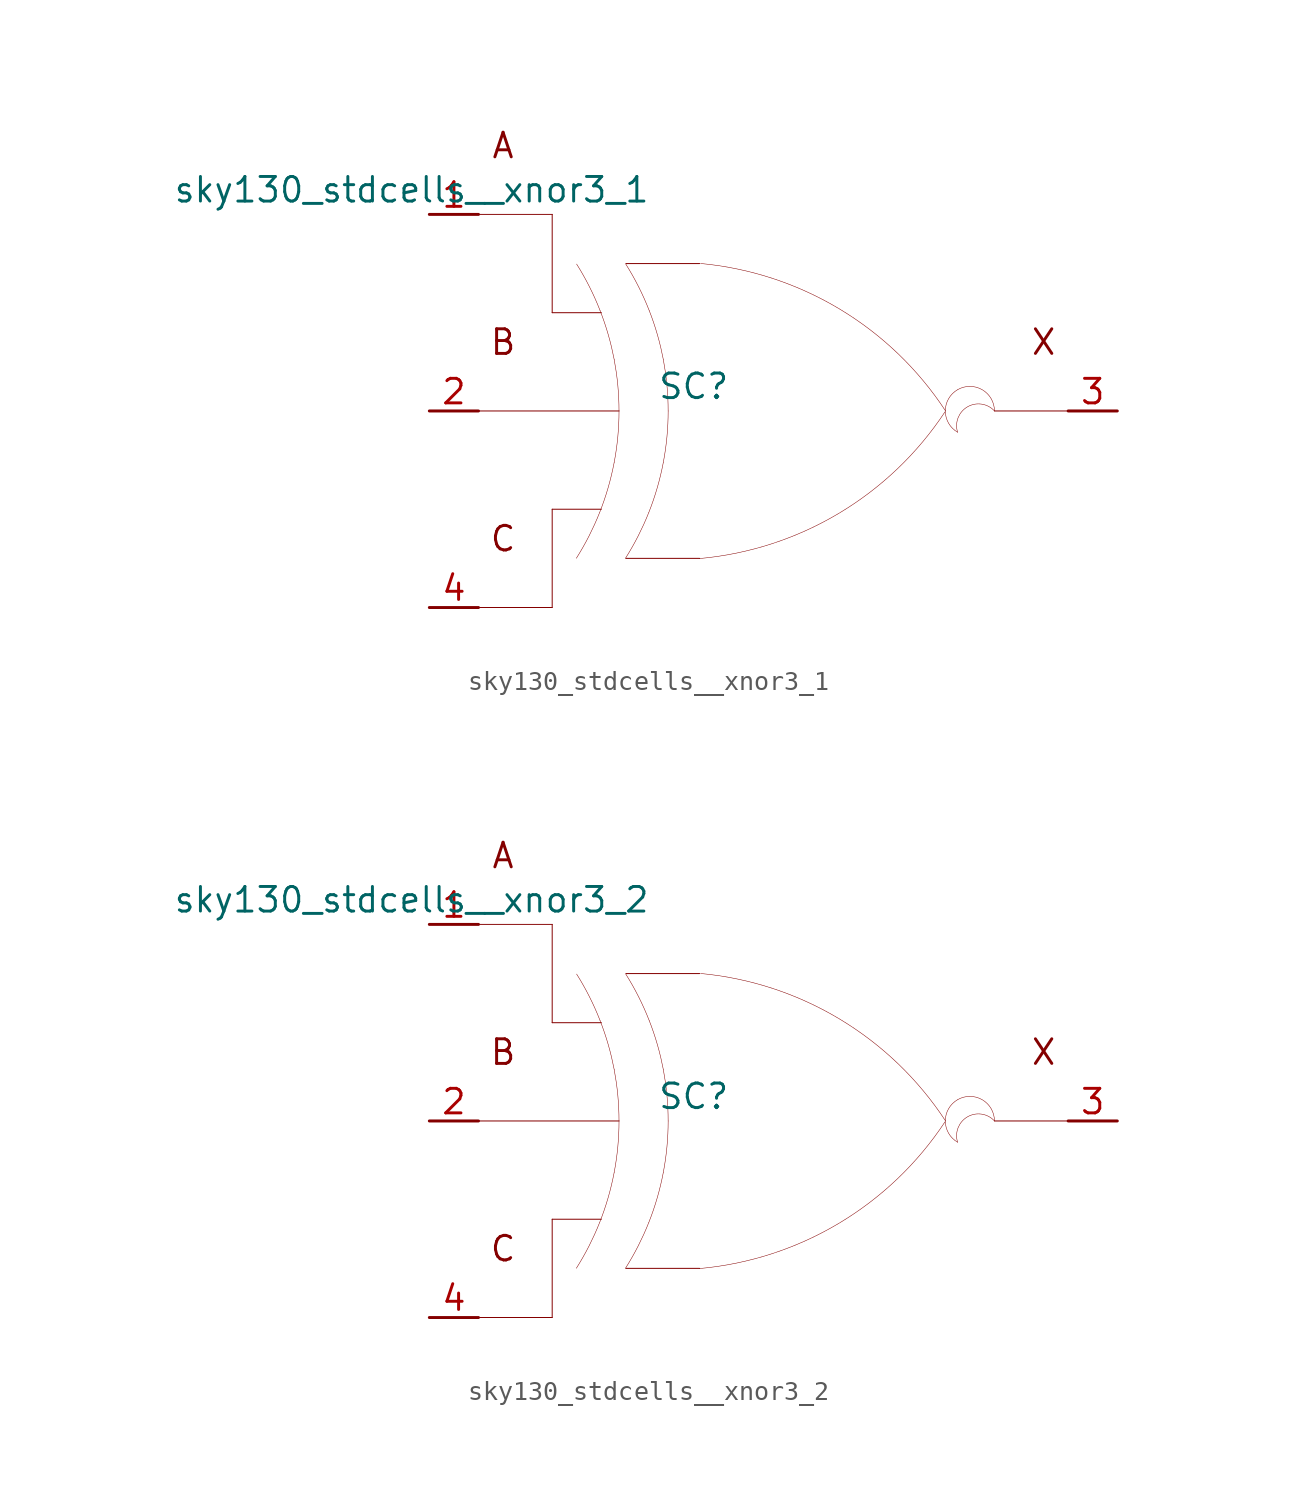
<source format=kicad_sym>
(kicad_symbol_lib
  (version 20211014)
  (generator kicad_symbol_editor)
  (symbol "sky130_stdcells__xnor3_1"
    (pin_names hide)
    (property "Reference" "SC"
      (at -4.115 1.27 0)
      (effects (font (size 1.27 1.27))))
    (property "Value" "sky130_stdcells__xnor3_1"
      (at -6.35 11.43 0)
      (effects (font (size 1.27 1.27)) (justify right)))
    (symbol "sky130_stdcells__xnor3_1_0_0"
      (arc (start -10.1805 -7.6142) (mid -9.523 -6.458) (end -8.9762 -5.2456) (stroke (width 0.0254) (type default) (color 0 0 0 0)) (fill (type none)))
      (arc (start -8.9762 -5.2456) (mid -8.5413 -3.9755) (end -8.228 -2.6701) (stroke (width 0.0254) (type default) (color 0 0 0 0)) (fill (type none)))
      (arc (start -8.958 5.1993) (mid -9.5062 6.4248) (end -10.1673 7.5932) (stroke (width 0.0254) (type default) (color 0 0 0 0)) (fill (type none)))
      (arc (start -8.228 -2.6701) (mid -8.0388 -1.341) (end -7.9756 0) (stroke (width 0.0254) (type default) (color 0 0 0 0)) (fill (type none)))
      (arc (start -8.2234 2.6456) (mid -8.5311 3.9396) (end -8.958 5.1993) (stroke (width 0.0254) (type default) (color 0 0 0 0)) (fill (type none)))
      (arc (start -7.9756 0) (mid -8.0377 1.3286) (end -8.2234 2.6456) (stroke (width 0.0254) (type default) (color 0 0 0 0)) (fill (type none)))
      (arc (start -7.6405 -7.6142) (mid -6.983 -6.458) (end -6.4362 -5.2456) (stroke (width 0.0254) (type default) (color 0 0 0 0)) (fill (type none)))
      (arc (start -6.4362 -5.2456) (mid -6.0013 -3.9755) (end -5.688 -2.6701) (stroke (width 0.0254) (type default) (color 0 0 0 0)) (fill (type none)))
      (arc (start -6.418 5.1993) (mid -6.9662 6.4248) (end -7.6273 7.5932) (stroke (width 0.0254) (type default) (color 0 0 0 0)) (fill (type none)))
      (arc (start -5.688 -2.6701) (mid -5.4988 -1.341) (end -5.4356 0) (stroke (width 0.0254) (type default) (color 0 0 0 0)) (fill (type none)))
      (arc (start -5.6834 2.6456) (mid -5.9911 3.9396) (end -6.418 5.1993) (stroke (width 0.0254) (type default) (color 0 0 0 0)) (fill (type none)))
      (arc (start -5.4356 0) (mid -5.4977 1.3286) (end -5.6834 2.6456) (stroke (width 0.0254) (type default) (color 0 0 0 0)) (fill (type none)))
      (arc (start -3.8212 -7.6288) (mid 3.3927 -5.2884) (end 8.8734 -0.0463) (stroke (width 0.0254) (type default) (color 0 0 0 0)) (fill (type none)))
      (polyline (pts (xy -15.24 -10.16) (xy -11.43 -10.16)) (stroke (width 0.051) (type default) (color 0 0 0 0)) (fill (type none)))
      (polyline (pts (xy -15.24 0) (xy -7.976 0)) (stroke (width 0.051) (type default) (color 0 0 0 0)) (fill (type none)))
      (polyline (pts (xy -15.24 10.16) (xy -11.43 10.16)) (stroke (width 0.051) (type default) (color 0 0 0 0)) (fill (type none)))
      (polyline (pts (xy -11.43 -5.08) (xy -11.43 -10.16)) (stroke (width 0.051) (type default) (color 0 0 0 0)) (fill (type none)))
      (polyline (pts (xy -11.43 -5.08) (xy -8.89 -5.08)) (stroke (width 0.051) (type default) (color 0 0 0 0)) (fill (type none)))
      (polyline (pts (xy -11.43 5.08) (xy -8.89 5.08)) (stroke (width 0.051) (type default) (color 0 0 0 0)) (fill (type none)))
      (polyline (pts (xy -11.43 10.16) (xy -11.43 5.08)) (stroke (width 0.051) (type default) (color 0 0 0 0)) (fill (type none)))
      (polyline (pts (xy -7.62 -7.62) (xy -3.81 -7.62)) (stroke (width 0.051) (type default) (color 0 0 0 0)) (fill (type none)))
      (polyline (pts (xy -7.62 7.62) (xy -3.81 7.62)) (stroke (width 0.051) (type default) (color 0 0 0 0)) (fill (type none)))
      (polyline (pts (xy 11.43 0) (xy 15.24 0)) (stroke (width 0.051) (type default) (color 0 0 0 0)) (fill (type none)))
      (arc (start 8.9061 -0.0034) (mid 3.4437 5.2578) (end -3.762 7.6234) (stroke (width 0.0254) (type default) (color 0 0 0 0)) (fill (type none)))
      (arc (start 9.525 1.0999) (mid 8.89 0) (end 9.525 -1.0999) (stroke (width 0.0254) (type default) (color 0 0 0 0)) (fill (type none)))
      (arc (start 11.43 0) (mid 9.5731 0.4743) (end 9.525 -1.0999) (stroke (width 0.0254) (type default) (color 0 0 0 0)) (fill (type none)))
      (arc (start 11.43 0) (mid 10.795 1.0998) (end 9.525 1.0999) (stroke (width 0.0254) (type default) (color 0 0 0 0)) (fill (type none)))
      (text "A" (at -13.97 13.716 0) (effects (font (size 1.27 1.27))))
      (text "B" (at -13.97 3.556 0) (effects (font (size 1.27 1.27))))
      (text "C" (at -13.97 -6.604 0) (effects (font (size 1.27 1.27))))
      (text "X" (at 13.97 3.556 0) (effects (font (size 1.27 1.27)))))
    (symbol "sky130_stdcells__xnor3_1_1_1"
      (pin input line (at -17.78 10.16 0) (length 2.54) (name "A" (effects (font (size 1.092 1.092)))) (number "1" (effects (font (size 1.27 1.27)))))
      (pin input line (at -17.78 0 0) (length 2.54) (name "B" (effects (font (size 1.092 1.092)))) (number "2" (effects (font (size 1.27 1.27)))))
      (pin output line (at 17.78 0 180) (length 2.54) (name "X" (effects (font (size 1.092 1.092)))) (number "3" (effects (font (size 1.27 1.27)))))
      (pin input line (at -17.78 -10.16 0) (length 2.54) (name "C" (effects (font (size 1.092 1.092)))) (number "4" (effects (font (size 1.27 1.27)))))))
  (symbol "sky130_stdcells__xnor3_2"
    (pin_names hide)
    (property "Reference" "SC"
      (at -4.115 1.27 0)
      (effects (font (size 1.27 1.27))))
    (property "Value" "sky130_stdcells__xnor3_2"
      (at -6.35 11.43 0)
      (effects (font (size 1.27 1.27)) (justify right)))
    (symbol "sky130_stdcells__xnor3_2_0_0"
      (arc (start -10.1805 -7.6142) (mid -9.523 -6.458) (end -8.9762 -5.2456) (stroke (width 0.0254) (type default) (color 0 0 0 0)) (fill (type none)))
      (arc (start -8.9762 -5.2456) (mid -8.5413 -3.9755) (end -8.228 -2.6701) (stroke (width 0.0254) (type default) (color 0 0 0 0)) (fill (type none)))
      (arc (start -8.958 5.1993) (mid -9.5062 6.4248) (end -10.1673 7.5932) (stroke (width 0.0254) (type default) (color 0 0 0 0)) (fill (type none)))
      (arc (start -8.228 -2.6701) (mid -8.0388 -1.341) (end -7.9756 0) (stroke (width 0.0254) (type default) (color 0 0 0 0)) (fill (type none)))
      (arc (start -8.2234 2.6456) (mid -8.5311 3.9396) (end -8.958 5.1993) (stroke (width 0.0254) (type default) (color 0 0 0 0)) (fill (type none)))
      (arc (start -7.9756 0) (mid -8.0377 1.3286) (end -8.2234 2.6456) (stroke (width 0.0254) (type default) (color 0 0 0 0)) (fill (type none)))
      (arc (start -7.6405 -7.6142) (mid -6.983 -6.458) (end -6.4362 -5.2456) (stroke (width 0.0254) (type default) (color 0 0 0 0)) (fill (type none)))
      (arc (start -6.4362 -5.2456) (mid -6.0013 -3.9755) (end -5.688 -2.6701) (stroke (width 0.0254) (type default) (color 0 0 0 0)) (fill (type none)))
      (arc (start -6.418 5.1993) (mid -6.9662 6.4248) (end -7.6273 7.5932) (stroke (width 0.0254) (type default) (color 0 0 0 0)) (fill (type none)))
      (arc (start -5.688 -2.6701) (mid -5.4988 -1.341) (end -5.4356 0) (stroke (width 0.0254) (type default) (color 0 0 0 0)) (fill (type none)))
      (arc (start -5.6834 2.6456) (mid -5.9911 3.9396) (end -6.418 5.1993) (stroke (width 0.0254) (type default) (color 0 0 0 0)) (fill (type none)))
      (arc (start -5.4356 0) (mid -5.4977 1.3286) (end -5.6834 2.6456) (stroke (width 0.0254) (type default) (color 0 0 0 0)) (fill (type none)))
      (arc (start -3.8212 -7.6288) (mid 3.3927 -5.2884) (end 8.8734 -0.0463) (stroke (width 0.0254) (type default) (color 0 0 0 0)) (fill (type none)))
      (polyline (pts (xy -15.24 -10.16) (xy -11.43 -10.16)) (stroke (width 0.051) (type default) (color 0 0 0 0)) (fill (type none)))
      (polyline (pts (xy -15.24 0) (xy -7.976 0)) (stroke (width 0.051) (type default) (color 0 0 0 0)) (fill (type none)))
      (polyline (pts (xy -15.24 10.16) (xy -11.43 10.16)) (stroke (width 0.051) (type default) (color 0 0 0 0)) (fill (type none)))
      (polyline (pts (xy -11.43 -5.08) (xy -11.43 -10.16)) (stroke (width 0.051) (type default) (color 0 0 0 0)) (fill (type none)))
      (polyline (pts (xy -11.43 -5.08) (xy -8.89 -5.08)) (stroke (width 0.051) (type default) (color 0 0 0 0)) (fill (type none)))
      (polyline (pts (xy -11.43 5.08) (xy -8.89 5.08)) (stroke (width 0.051) (type default) (color 0 0 0 0)) (fill (type none)))
      (polyline (pts (xy -11.43 10.16) (xy -11.43 5.08)) (stroke (width 0.051) (type default) (color 0 0 0 0)) (fill (type none)))
      (polyline (pts (xy -7.62 -7.62) (xy -3.81 -7.62)) (stroke (width 0.051) (type default) (color 0 0 0 0)) (fill (type none)))
      (polyline (pts (xy -7.62 7.62) (xy -3.81 7.62)) (stroke (width 0.051) (type default) (color 0 0 0 0)) (fill (type none)))
      (polyline (pts (xy 11.43 0) (xy 15.24 0)) (stroke (width 0.051) (type default) (color 0 0 0 0)) (fill (type none)))
      (arc (start 8.9061 -0.0034) (mid 3.4437 5.2578) (end -3.762 7.6234) (stroke (width 0.0254) (type default) (color 0 0 0 0)) (fill (type none)))
      (arc (start 9.525 1.0999) (mid 8.89 0) (end 9.525 -1.0999) (stroke (width 0.0254) (type default) (color 0 0 0 0)) (fill (type none)))
      (arc (start 11.43 0) (mid 9.5731 0.4743) (end 9.525 -1.0999) (stroke (width 0.0254) (type default) (color 0 0 0 0)) (fill (type none)))
      (arc (start 11.43 0) (mid 10.795 1.0998) (end 9.525 1.0999) (stroke (width 0.0254) (type default) (color 0 0 0 0)) (fill (type none)))
      (text "A" (at -13.97 13.716 0) (effects (font (size 1.27 1.27))))
      (text "B" (at -13.97 3.556 0) (effects (font (size 1.27 1.27))))
      (text "C" (at -13.97 -6.604 0) (effects (font (size 1.27 1.27))))
      (text "X" (at 13.97 3.556 0) (effects (font (size 1.27 1.27)))))
    (symbol "sky130_stdcells__xnor3_2_1_1"
      (pin input line (at -17.78 10.16 0) (length 2.54) (name "A" (effects (font (size 1.092 1.092)))) (number "1" (effects (font (size 1.27 1.27)))))
      (pin input line (at -17.78 0 0) (length 2.54) (name "B" (effects (font (size 1.092 1.092)))) (number "2" (effects (font (size 1.27 1.27)))))
      (pin output line (at 17.78 0 180) (length 2.54) (name "X" (effects (font (size 1.092 1.092)))) (number "3" (effects (font (size 1.27 1.27)))))
      (pin input line (at -17.78 -10.16 0) (length 2.54) (name "C" (effects (font (size 1.092 1.092)))) (number "4" (effects (font (size 1.27 1.27))))))))
</source>
